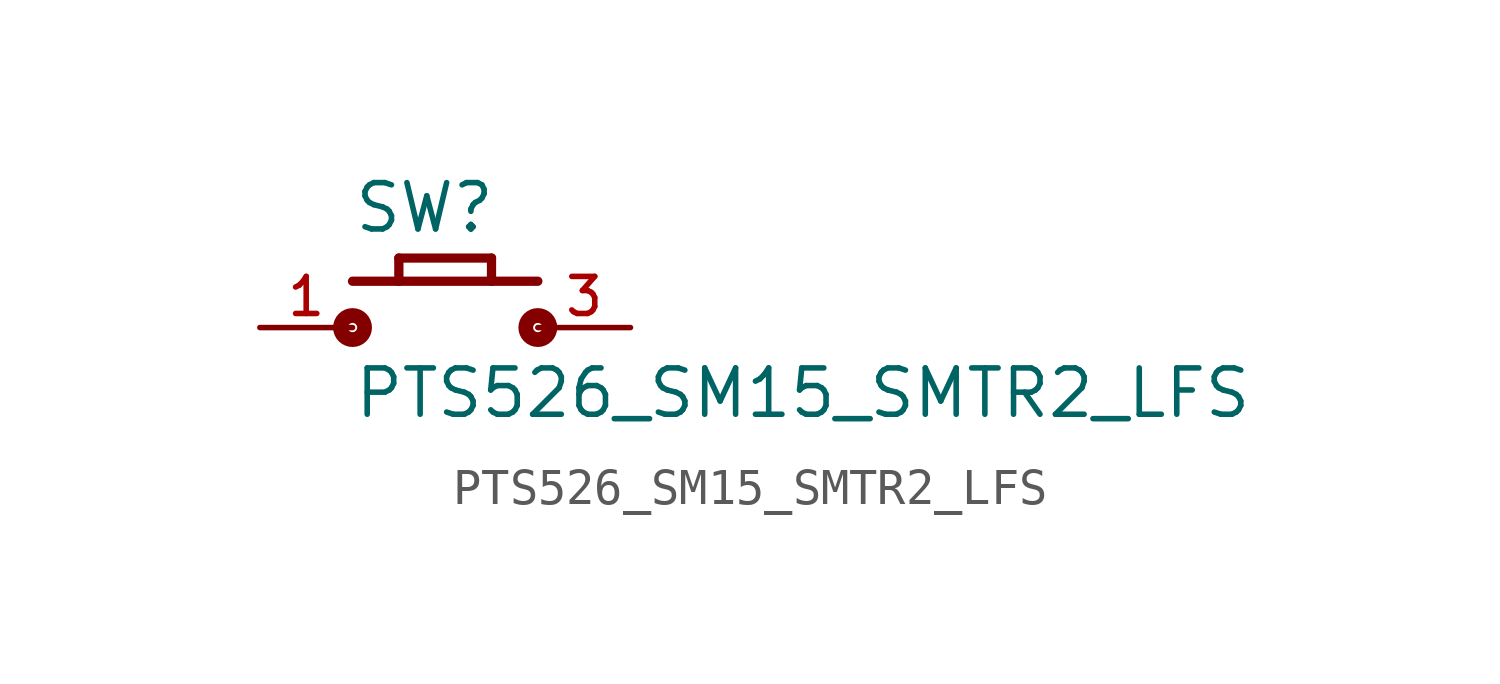
<source format=kicad_sym>
(kicad_symbol_lib
  (version 20211014)
  (generator kicad_symbol_editor)
  (symbol "PTS526_SM15_SMTR2_LFS"
    (pin_names
      (offset 1.016))
    (property "Reference" "SW"
      (at -2.54 2.54 0)
      (effects (font (size 1.27 1.27)) (justify bottom left)))
    (property "Value" "PTS526_SM15_SMTR2_LFS"
      (at -2.54 -2.54 0)
      (effects (font (size 1.27 1.27)) (justify bottom left)))
    (symbol "PTS526_SM15_SMTR2_LFS_0_0"
      (polyline (pts (xy 1.27 1.905) (xy 1.27 1.27)) (stroke (width 0.254)))
      (polyline (pts (xy -1.27 1.905) (xy -1.27 1.27)) (stroke (width 0.254)))
      (polyline (pts (xy -2.54 1.27) (xy -1.27 1.27)) (stroke (width 0.254)))
      (polyline (pts (xy -1.27 1.27) (xy 1.27 1.27)) (stroke (width 0.254)))
      (polyline (pts (xy 1.27 1.27) (xy 2.54 1.27)) (stroke (width 0.254)))
      (polyline (pts (xy -1.27 1.905) (xy 1.27 1.905)) (stroke (width 0.254)))
      (circle (center -2.54 0.0) (radius 0.127) (stroke (width 0.406)) (fill (type none)))
      (circle (center 2.54 0.0) (radius 0.127) (stroke (width 0.406)) (fill (type none)))
      (pin passive line (at -5.08 0.0 0) (length 2.54) (name "~" (effects (font (size 1.016 1.016)))) (number "1" (effects (font (size 1.016 1.016)))))
      (pin passive line (at -5.08 0.0 0) (length 2.54) hide (name "~" (effects (font (size 1.016 1.016)))) (number "2" (effects (font (size 1.016 1.016)))))
      (pin passive line (at 5.08 0.0 180.0) (length 2.54) (name "~" (effects (font (size 1.016 1.016)))) (number "3" (effects (font (size 1.016 1.016)))))
      (pin passive line (at 5.08 0.0 180.0) (length 2.54) hide (name "~" (effects (font (size 1.016 1.016)))) (number "4" (effects (font (size 1.016 1.016))))))))
</source>
